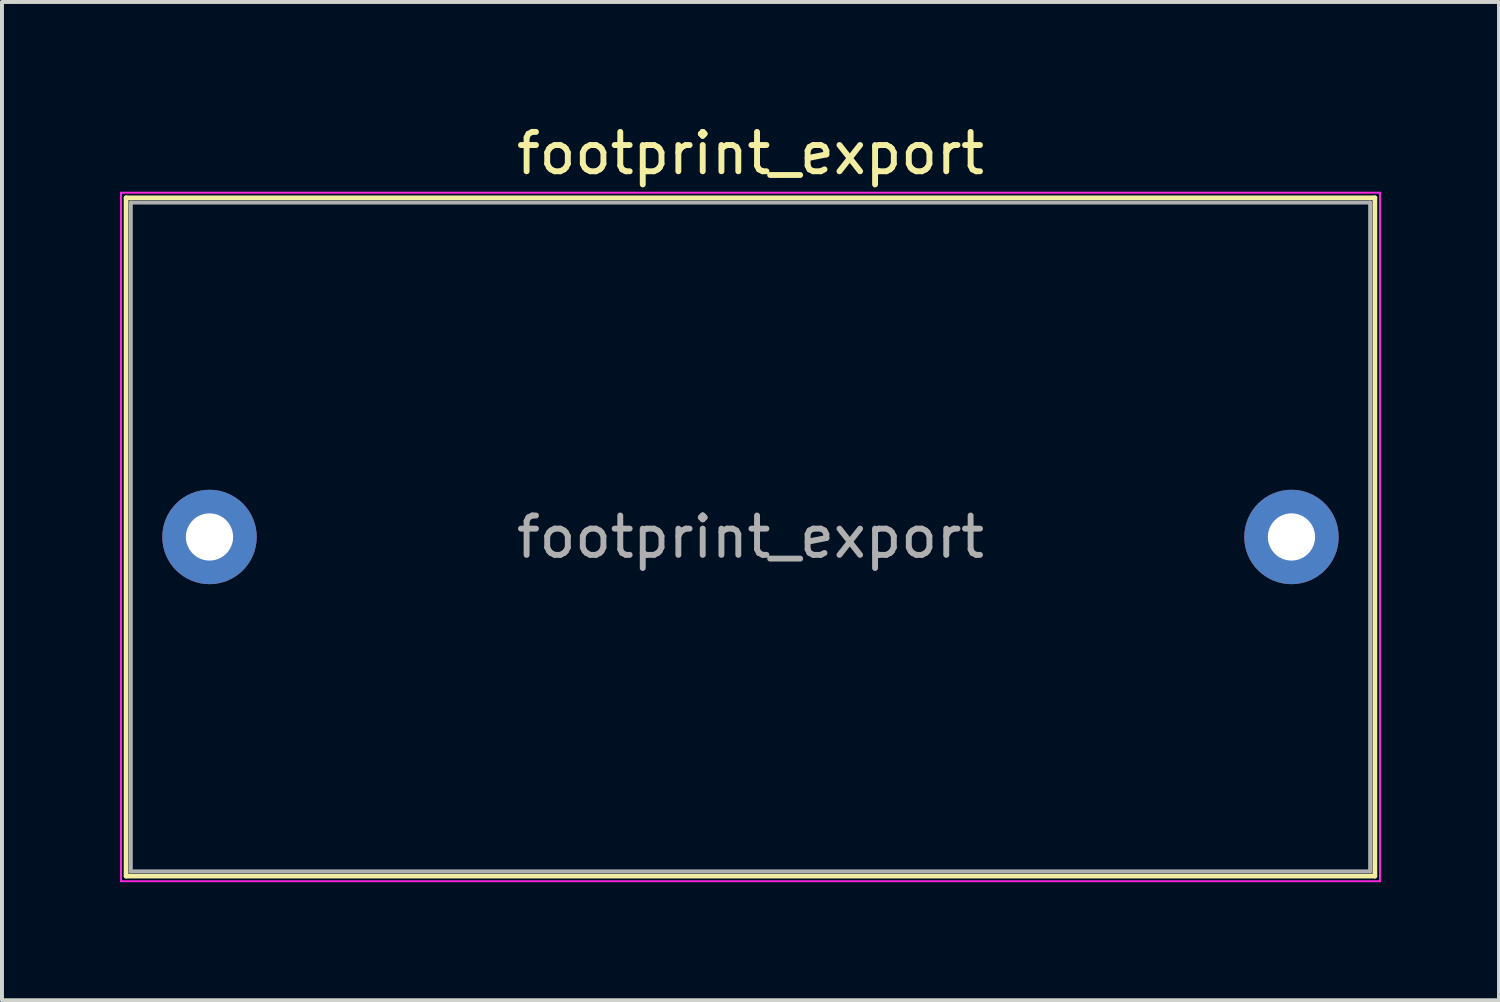
<source format=kicad_pcb>
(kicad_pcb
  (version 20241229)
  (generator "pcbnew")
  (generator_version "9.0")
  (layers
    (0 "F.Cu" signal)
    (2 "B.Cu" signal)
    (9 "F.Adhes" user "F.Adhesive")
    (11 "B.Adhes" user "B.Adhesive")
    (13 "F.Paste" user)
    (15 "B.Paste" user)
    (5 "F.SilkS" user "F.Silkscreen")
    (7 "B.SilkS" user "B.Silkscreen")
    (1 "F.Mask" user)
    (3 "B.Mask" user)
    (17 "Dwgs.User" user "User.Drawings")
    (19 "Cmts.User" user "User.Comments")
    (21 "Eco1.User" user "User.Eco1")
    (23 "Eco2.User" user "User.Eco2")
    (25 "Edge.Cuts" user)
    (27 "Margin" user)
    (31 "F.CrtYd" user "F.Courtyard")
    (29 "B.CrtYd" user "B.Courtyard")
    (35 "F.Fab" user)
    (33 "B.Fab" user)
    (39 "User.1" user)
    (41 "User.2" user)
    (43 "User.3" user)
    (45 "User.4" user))
  (footprint "footprint_export"
    (layer "F.Cu")
    (at 2.275 10.598)
    (property "Reference" "footprint_export" (at 13.75 -9.75 0) (layer "F.SilkS") (effects (font (size 1 1) (thickness 0.15))))
    (attr through_hole)
    (fp_line (start -2.12 -8.62) (end -2.12 8.62) (stroke (width 0.12) (type solid)) (layer "F.SilkS"))
    (fp_line (start -2.12 -8.62) (end 29.62 -8.62) (stroke (width 0.12) (type solid)) (layer "F.SilkS"))
    (fp_line (start -2.12 8.62) (end 29.62 8.62) (stroke (width 0.12) (type solid)) (layer "F.SilkS"))
    (fp_line (start 29.62 -8.62) (end 29.62 8.62) (stroke (width 0.12) (type solid)) (layer "F.SilkS"))
    (fp_line (start -2.25 -8.75) (end -2.25 8.75) (stroke (width 0.05) (type solid)) (layer "F.CrtYd"))
    (fp_line (start -2.25 8.75) (end 29.75 8.75) (stroke (width 0.05) (type solid)) (layer "F.CrtYd"))
    (fp_line (start 29.75 -8.75) (end -2.25 -8.75) (stroke (width 0.05) (type solid)) (layer "F.CrtYd"))
    (fp_line (start 29.75 8.75) (end 29.75 -8.75) (stroke (width 0.05) (type solid)) (layer "F.CrtYd"))
    (fp_line (start -2 -8.5) (end -2 8.5) (stroke (width 0.1) (type solid)) (layer "F.Fab"))
    (fp_line (start -2 8.5) (end 29.5 8.5) (stroke (width 0.1) (type solid)) (layer "F.Fab"))
    (fp_line (start 29.5 -8.5) (end -2 -8.5) (stroke (width 0.1) (type solid)) (layer "F.Fab"))
    (fp_line (start 29.5 8.5) (end 29.5 -8.5) (stroke (width 0.1) (type solid)) (layer "F.Fab"))
    (fp_text user "${REFERENCE}" (at 13.75 0 0) (layer "F.Fab") (effects (font (size 1 1) (thickness 0.15))))
    (pad "1" thru_hole circle (at 0 0) (size 2.4 2.4) (drill 1.2) (layers "*.Cu" "*.Mask"))
    (pad "2" thru_hole circle (at 27.5 0) (size 2.4 2.4) (drill 1.2) (layers "*.Cu" "*.Mask")))
  (gr_rect
    (start -3 -3)
    (end 35.05 22.373)
    (stroke (width 0.1) (type default))
    (fill no)
    (layer "Edge.Cuts")))
</source>
